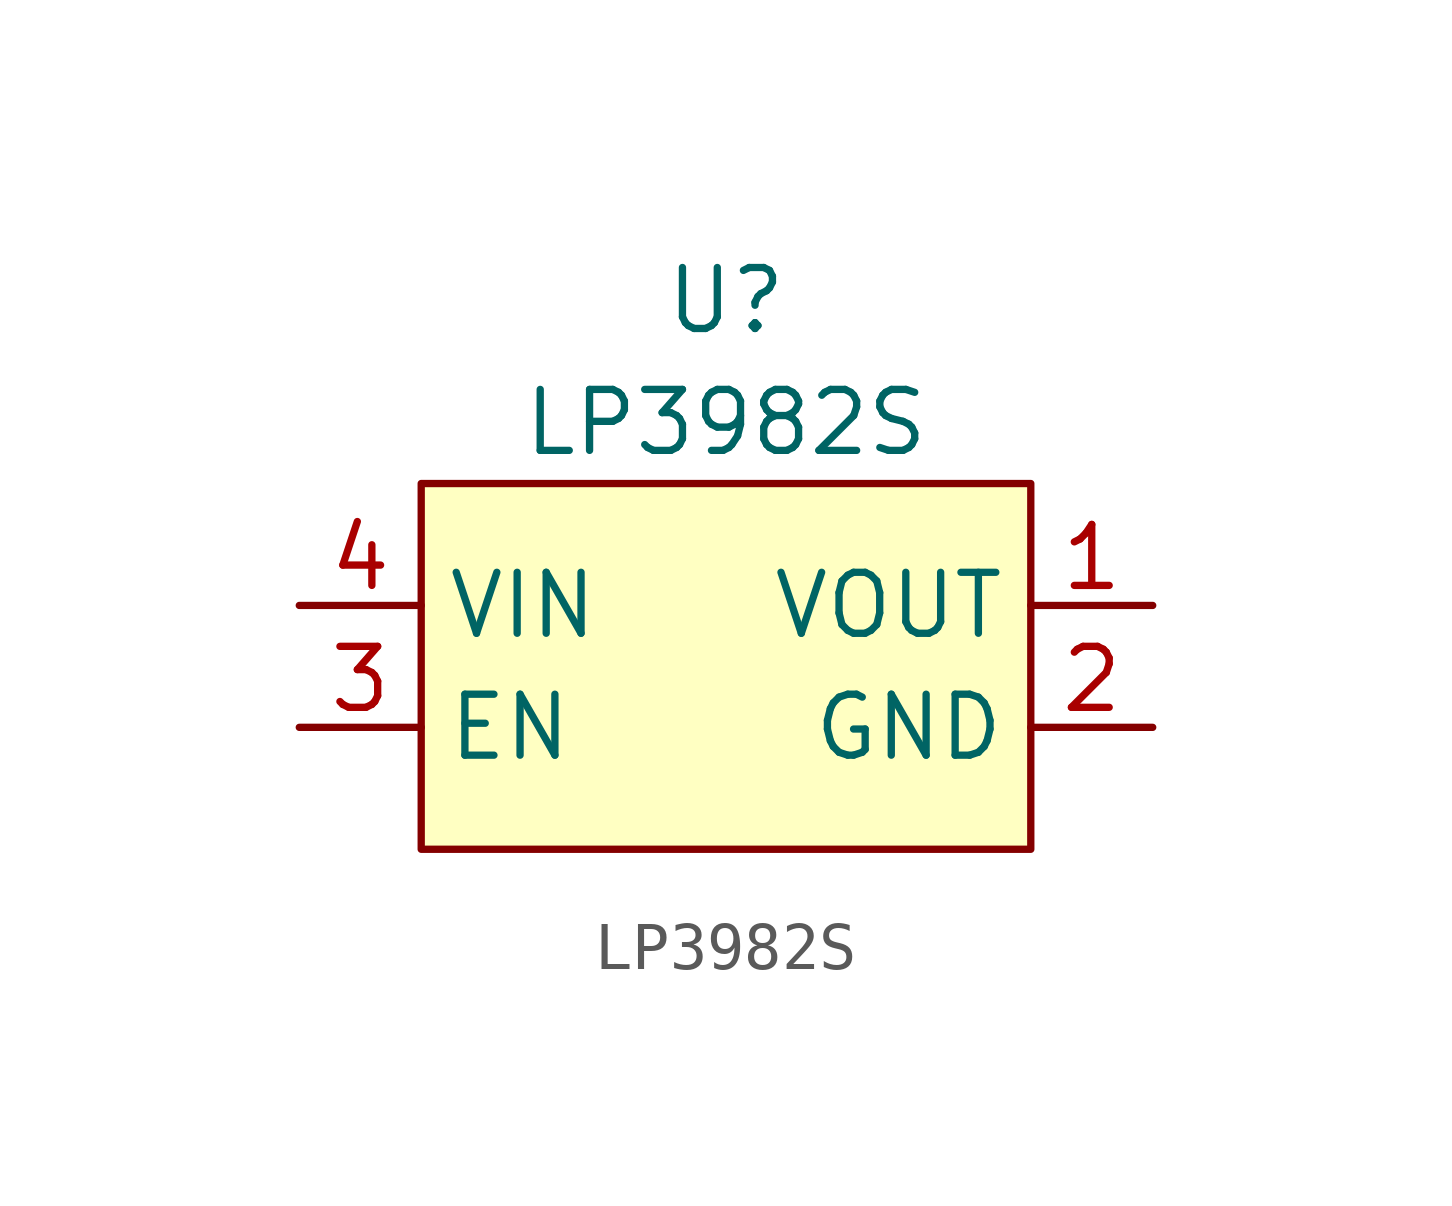
<source format=kicad_sym>
(kicad_symbol_lib
  (version 20241209)
  (generator "kicad_symbol_editor")
  (generator_version "9.0")
  (symbol "LP3982S"
    (property "Reference" "U"
      (at 0 3.81 0)
      (effects (font (size 1.27 1.27))))
    (property "Value" "LP3982S"
      (at 0 1.27 0)
      (effects (font (size 1.27 1.27))))
    (symbol "LP3982S_1_1"
      (rectangle (start -6.35 0) (end 6.35 -7.62) (stroke (width 0) (type solid)) (fill (type background)))
      (pin input line (at -8.89 -2.54 0) (length 2.54) (name "VIN" (effects (font (size 1.27 1.27)))) (number "4" (effects (font (size 1.27 1.27)))))
      (pin input line (at -8.89 -5.08 0) (length 2.54) (name "EN" (effects (font (size 1.27 1.27)))) (number "3" (effects (font (size 1.27 1.27)))))
      (pin power_out line (at 8.89 -2.54 180) (length 2.54) (name "VOUT" (effects (font (size 1.27 1.27)))) (number "1" (effects (font (size 1.27 1.27)))))
      (pin passive line (at 8.89 -5.08 180) (length 2.54) (name "GND" (effects (font (size 1.27 1.27)))) (number "2" (effects (font (size 1.27 1.27))))))))
</source>
